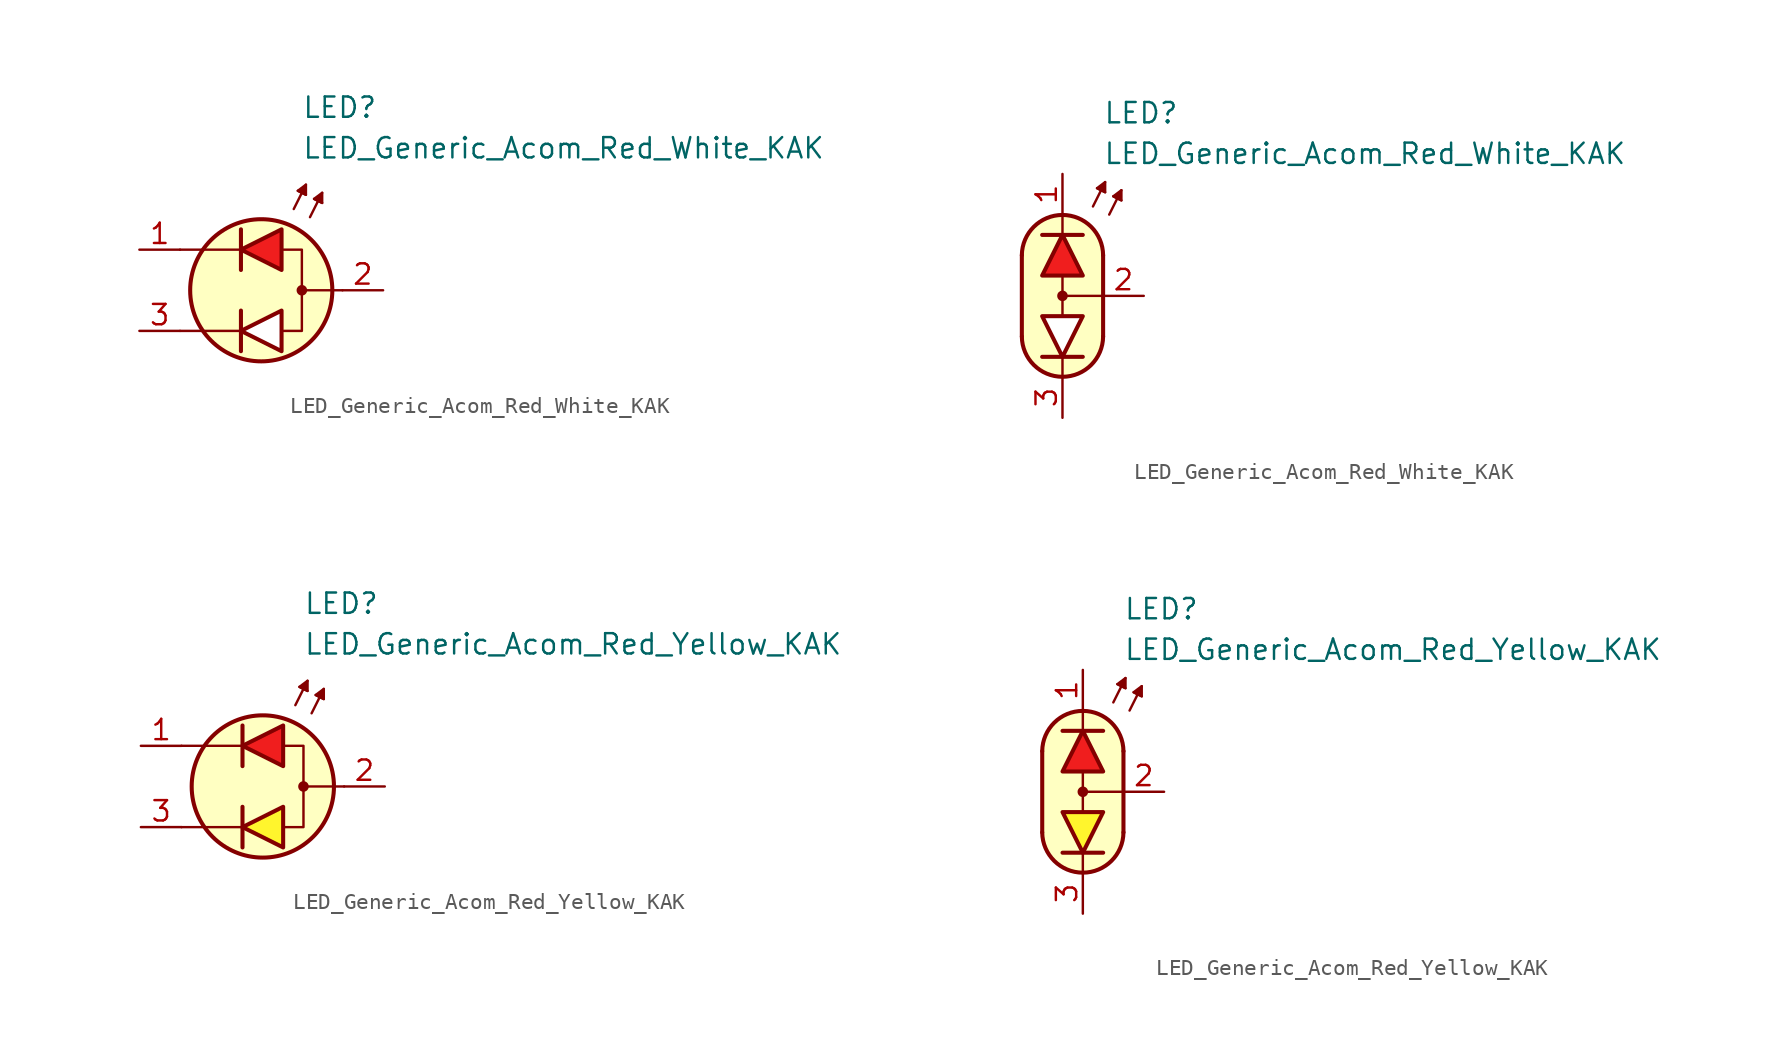
<source format=kicad_sym>
(kicad_symbol_lib
  (version 20231120)
  (generator "kicad_symbol_editor")
  (generator_version "8.0")
  (symbol "LED_Generic_Acom_Red_White_KAK"
    (pin_names
      (offset 1.016) hide)
    (property "Reference" "LED"
      (at 2.54 11.43 0)
      (effects (font (size 1.27 1.27)) (justify left)))
    (property "Value" "LED_Generic_Acom_Red_White_KAK"
      (at 2.54 8.89 0)
      (effects (font (size 1.27 1.27)) (justify left)))
    (symbol "LED_Generic_Acom_Red_White_KAK_0_1"
      (polyline (pts (xy -1.27 -3.81) (xy -1.27 -1.27)) (stroke (width 0.254) (type default)) (fill (type none)))
      (polyline (pts (xy -1.27 -2.54) (xy -5.08 -2.54)) (stroke (width 0.152) (type default)) (fill (type none)))
      (polyline (pts (xy -1.27 1.27) (xy -1.27 3.81)) (stroke (width 0.254) (type default)) (fill (type none)))
      (polyline (pts (xy -1.27 2.54) (xy -5.08 2.54)) (stroke (width 0.152) (type default)) (fill (type none)))
      (polyline (pts (xy 2.032 5.08) (xy 2.794 6.604)) (stroke (width 0.152) (type default)) (fill (type none)))
      (polyline (pts (xy 2.54 6.096) (xy 2.286 6.223)) (stroke (width 0.152) (type default)) (fill (type none)))
      (polyline (pts (xy 2.54 6.096) (xy 2.794 5.969)) (stroke (width 0.152) (type default)) (fill (type none)))
      (polyline (pts (xy 3.048 4.572) (xy 3.81 6.096)) (stroke (width 0.152) (type default)) (fill (type none)))
      (polyline (pts (xy 3.556 5.588) (xy 3.302 5.715)) (stroke (width 0.152) (type default)) (fill (type none)))
      (polyline (pts (xy 3.556 5.588) (xy 3.81 5.461)) (stroke (width 0.152) (type default)) (fill (type none)))
      (polyline (pts (xy 5.08 0) (xy 2.54 0)) (stroke (width 0.152) (type default)) (fill (type none)))
      (polyline (pts (xy 1.27 -3.81) (xy 1.27 -1.27) (xy -1.27 -2.54) (xy 1.27 -3.81)) (stroke (width 0.254) (type default)) (fill (type color) (color 255 255 255 1)))
      (polyline (pts (xy 1.27 1.27) (xy 1.27 3.81) (xy -1.27 2.54) (xy 1.27 1.27)) (stroke (width 0.254) (type default)) (fill (type color) (color 240 30 30 1)))
      (polyline (pts (xy 1.397 2.54) (xy 2.54 2.54) (xy 2.54 -2.54) (xy 1.397 -2.54)) (stroke (width 0.152) (type default)) (fill (type none)))
      (polyline (pts (xy 2.794 5.969) (xy 2.286 6.223) (xy 2.794 6.604) (xy 2.794 5.969)) (stroke (width 0.152) (type default)) (fill (type outline)))
      (polyline (pts (xy 3.81 5.461) (xy 3.302 5.715) (xy 3.81 6.096) (xy 3.81 5.461)) (stroke (width 0.152) (type default)) (fill (type outline)))
      (circle (center 0 0) (radius 4.445) (stroke (width 0.254) (type default)) (fill (type background)))
      (circle (center 2.54 0) (radius 0.254) (stroke (width 0) (type default)) (fill (type outline))))
    (symbol "LED_Generic_Acom_Red_White_KAK_0_2"
      (arc (start -2.54 -2.54) (mid 0 -5.0576) (end 2.54 -2.54) (stroke (width 0.254) (type default)) (fill (type none)))
      (polyline (pts (xy -2.54 2.54) (xy -2.54 -2.54)) (stroke (width 0.254) (type default)) (fill (type none)))
      (polyline (pts (xy -1.27 3.81) (xy 1.27 3.81)) (stroke (width 0.254) (type default)) (fill (type none)))
      (polyline (pts (xy 0 -5.08) (xy 0 -3.81)) (stroke (width 0) (type default)) (fill (type none)))
      (polyline (pts (xy 0 -1.27) (xy 0 1.27)) (stroke (width 0) (type default)) (fill (type none)))
      (polyline (pts (xy 0 5.08) (xy 0 3.81)) (stroke (width 0) (type default)) (fill (type none)))
      (polyline (pts (xy 1.27 -3.81) (xy -1.27 -3.81)) (stroke (width 0.254) (type default)) (fill (type none)))
      (polyline (pts (xy 1.905 5.588) (xy 2.667 7.112)) (stroke (width 0.152) (type default)) (fill (type none)))
      (polyline (pts (xy 2.413 6.604) (xy 2.159 6.731)) (stroke (width 0.152) (type default)) (fill (type none)))
      (polyline (pts (xy 2.413 6.604) (xy 2.667 6.477)) (stroke (width 0.152) (type default)) (fill (type none)))
      (polyline (pts (xy 2.54 -2.54) (xy 2.54 2.54)) (stroke (width 0.254) (type default)) (fill (type none)))
      (polyline (pts (xy 2.54 0) (xy 0 0)) (stroke (width 0) (type default)) (fill (type none)))
      (polyline (pts (xy 2.921 5.08) (xy 3.683 6.604)) (stroke (width 0.152) (type default)) (fill (type none)))
      (polyline (pts (xy 3.429 6.096) (xy 3.175 6.223)) (stroke (width 0.152) (type default)) (fill (type none)))
      (polyline (pts (xy 3.429 6.096) (xy 3.683 5.969)) (stroke (width 0.152) (type default)) (fill (type none)))
      (polyline (pts (xy 2.667 6.477) (xy 2.159 6.731) (xy 2.667 7.112) (xy 2.667 6.477)) (stroke (width 0.152) (type default)) (fill (type outline)))
      (polyline (pts (xy 3.683 5.969) (xy 3.175 6.223) (xy 3.683 6.604) (xy 3.683 5.969)) (stroke (width 0.152) (type default)) (fill (type outline)))
      (polyline (pts (xy 0 5.08) (xy 1.016 4.826) (xy 1.778 4.318) (xy 2.286 3.556) (xy 2.54 3.048) (xy 2.54 -2.794) (xy 2.286 -3.556) (xy 1.778 -4.318) (xy 1.016 -4.826) (xy 0.254 -5.08) (xy -0.254 -5.08) (xy -1.016 -4.826) (xy -1.524 -4.572) (xy -2.032 -4.064) (xy -2.286 -3.556) (xy -2.54 -2.794) (xy -2.54 2.794) (xy -2.286 3.556) (xy -2.032 4.064) (xy -1.524 4.572) (xy -1.016 4.826) (xy 0 5.08)) (stroke (width 0.01) (type default)) (fill (type background)))
      (circle (center 0 0) (radius 0.254) (stroke (width 0) (type default)) (fill (type outline)))
      (arc (start 2.54 2.54) (mid 0 5.0576) (end -2.54 2.54) (stroke (width 0.254) (type default)) (fill (type none))))
    (symbol "LED_Generic_Acom_Red_White_KAK_1_1"
      (pin passive line (at -7.62 2.54 0) (length 2.54) (name "A1" (effects (font (size 1.27 1.27)))) (number "1" (effects (font (size 1.27 1.27)))))
      (pin passive line (at 7.62 0 180) (length 2.54) (name "K" (effects (font (size 1.27 1.27)))) (number "2" (effects (font (size 1.27 1.27)))))
      (pin passive line (at -7.62 -2.54 0) (length 2.54) (name "A2" (effects (font (size 1.27 1.27)))) (number "3" (effects (font (size 1.27 1.27))))))
    (symbol "LED_Generic_Acom_Red_White_KAK_1_2"
      (polyline (pts (xy -1.27 1.27) (xy 1.27 1.27) (xy 0 3.81) (xy -1.27 1.27)) (stroke (width 0.254) (type default)) (fill (type color) (color 240 30 30 1)))
      (polyline (pts (xy 1.27 -1.27) (xy -1.27 -1.27) (xy 0 -3.81) (xy 1.27 -1.27)) (stroke (width 0.254) (type default)) (fill (type color) (color 255 255 255 1)))
      (pin passive line (at 0 7.62 270) (length 2.54) (name "A1" (effects (font (size 1.27 1.27)))) (number "1" (effects (font (size 1.27 1.27)))))
      (pin passive line (at 5.08 0 180) (length 2.54) (name "K" (effects (font (size 1.27 1.27)))) (number "2" (effects (font (size 1.27 1.27)))))
      (pin passive line (at 0 -7.62 90) (length 2.54) (name "A2" (effects (font (size 1.27 1.27)))) (number "3" (effects (font (size 1.27 1.27)))))))
  (symbol "LED_Generic_Acom_Red_Yellow_KAK"
    (pin_names
      (offset 1.016) hide)
    (property "Reference" "LED"
      (at 2.54 11.43 0)
      (effects (font (size 1.27 1.27)) (justify left)))
    (property "Value" "LED_Generic_Acom_Red_Yellow_KAK"
      (at 2.54 8.89 0)
      (effects (font (size 1.27 1.27)) (justify left)))
    (symbol "LED_Generic_Acom_Red_Yellow_KAK_0_1"
      (polyline (pts (xy -1.27 -3.81) (xy -1.27 -1.27)) (stroke (width 0.254) (type default)) (fill (type none)))
      (polyline (pts (xy -1.27 -2.54) (xy -5.08 -2.54)) (stroke (width 0.152) (type default)) (fill (type none)))
      (polyline (pts (xy -1.27 1.27) (xy -1.27 3.81)) (stroke (width 0.254) (type default)) (fill (type none)))
      (polyline (pts (xy -1.27 2.54) (xy -5.08 2.54)) (stroke (width 0.152) (type default)) (fill (type none)))
      (polyline (pts (xy 2.032 5.08) (xy 2.794 6.604)) (stroke (width 0.152) (type default)) (fill (type none)))
      (polyline (pts (xy 2.54 6.096) (xy 2.286 6.223)) (stroke (width 0.152) (type default)) (fill (type none)))
      (polyline (pts (xy 2.54 6.096) (xy 2.794 5.969)) (stroke (width 0.152) (type default)) (fill (type none)))
      (polyline (pts (xy 3.048 4.572) (xy 3.81 6.096)) (stroke (width 0.152) (type default)) (fill (type none)))
      (polyline (pts (xy 3.556 5.588) (xy 3.302 5.715)) (stroke (width 0.152) (type default)) (fill (type none)))
      (polyline (pts (xy 3.556 5.588) (xy 3.81 5.461)) (stroke (width 0.152) (type default)) (fill (type none)))
      (polyline (pts (xy 5.08 0) (xy 2.54 0)) (stroke (width 0.152) (type default)) (fill (type none)))
      (polyline (pts (xy 1.27 -3.81) (xy 1.27 -1.27) (xy -1.27 -2.54) (xy 1.27 -3.81)) (stroke (width 0.254) (type default)) (fill (type color) (color 255 245 45 1)))
      (polyline (pts (xy 1.27 1.27) (xy 1.27 3.81) (xy -1.27 2.54) (xy 1.27 1.27)) (stroke (width 0.254) (type default)) (fill (type color) (color 240 30 30 1)))
      (polyline (pts (xy 1.397 2.54) (xy 2.54 2.54) (xy 2.54 -2.54) (xy 1.397 -2.54)) (stroke (width 0.152) (type default)) (fill (type none)))
      (polyline (pts (xy 2.794 5.969) (xy 2.286 6.223) (xy 2.794 6.604) (xy 2.794 5.969)) (stroke (width 0.152) (type default)) (fill (type outline)))
      (polyline (pts (xy 3.81 5.461) (xy 3.302 5.715) (xy 3.81 6.096) (xy 3.81 5.461)) (stroke (width 0.152) (type default)) (fill (type outline)))
      (circle (center 0 0) (radius 4.445) (stroke (width 0.254) (type default)) (fill (type background)))
      (circle (center 2.54 0) (radius 0.254) (stroke (width 0) (type default)) (fill (type outline))))
    (symbol "LED_Generic_Acom_Red_Yellow_KAK_0_2"
      (arc (start -2.54 -2.54) (mid 0 -5.0576) (end 2.54 -2.54) (stroke (width 0.254) (type default)) (fill (type none)))
      (polyline (pts (xy -2.54 2.54) (xy -2.54 -2.54)) (stroke (width 0.254) (type default)) (fill (type none)))
      (polyline (pts (xy -1.27 3.81) (xy 1.27 3.81)) (stroke (width 0.254) (type default)) (fill (type none)))
      (polyline (pts (xy 0 -5.08) (xy 0 -3.81)) (stroke (width 0) (type default)) (fill (type none)))
      (polyline (pts (xy 0 -1.27) (xy 0 1.27)) (stroke (width 0) (type default)) (fill (type none)))
      (polyline (pts (xy 0 5.08) (xy 0 3.81)) (stroke (width 0) (type default)) (fill (type none)))
      (polyline (pts (xy 1.27 -3.81) (xy -1.27 -3.81)) (stroke (width 0.254) (type default)) (fill (type none)))
      (polyline (pts (xy 1.905 5.588) (xy 2.667 7.112)) (stroke (width 0.152) (type default)) (fill (type none)))
      (polyline (pts (xy 2.413 6.604) (xy 2.159 6.731)) (stroke (width 0.152) (type default)) (fill (type none)))
      (polyline (pts (xy 2.413 6.604) (xy 2.667 6.477)) (stroke (width 0.152) (type default)) (fill (type none)))
      (polyline (pts (xy 2.54 -2.54) (xy 2.54 2.54)) (stroke (width 0.254) (type default)) (fill (type none)))
      (polyline (pts (xy 2.54 0) (xy 0 0)) (stroke (width 0) (type default)) (fill (type none)))
      (polyline (pts (xy 2.921 5.08) (xy 3.683 6.604)) (stroke (width 0.152) (type default)) (fill (type none)))
      (polyline (pts (xy 3.429 6.096) (xy 3.175 6.223)) (stroke (width 0.152) (type default)) (fill (type none)))
      (polyline (pts (xy 3.429 6.096) (xy 3.683 5.969)) (stroke (width 0.152) (type default)) (fill (type none)))
      (polyline (pts (xy 2.667 6.477) (xy 2.159 6.731) (xy 2.667 7.112) (xy 2.667 6.477)) (stroke (width 0.152) (type default)) (fill (type outline)))
      (polyline (pts (xy 3.683 5.969) (xy 3.175 6.223) (xy 3.683 6.604) (xy 3.683 5.969)) (stroke (width 0.152) (type default)) (fill (type outline)))
      (polyline (pts (xy 0 5.08) (xy 1.016 4.826) (xy 1.778 4.318) (xy 2.286 3.556) (xy 2.54 3.048) (xy 2.54 -2.794) (xy 2.286 -3.556) (xy 1.778 -4.318) (xy 1.016 -4.826) (xy 0.254 -5.08) (xy -0.254 -5.08) (xy -1.016 -4.826) (xy -1.524 -4.572) (xy -2.032 -4.064) (xy -2.286 -3.556) (xy -2.54 -2.794) (xy -2.54 2.794) (xy -2.286 3.556) (xy -2.032 4.064) (xy -1.524 4.572) (xy -1.016 4.826) (xy 0 5.08)) (stroke (width 0.01) (type default)) (fill (type background)))
      (circle (center 0 0) (radius 0.254) (stroke (width 0) (type default)) (fill (type outline)))
      (arc (start 2.54 2.54) (mid 0 5.0576) (end -2.54 2.54) (stroke (width 0.254) (type default)) (fill (type none))))
    (symbol "LED_Generic_Acom_Red_Yellow_KAK_1_1"
      (pin passive line (at -7.62 2.54 0) (length 2.54) (name "A1" (effects (font (size 1.27 1.27)))) (number "1" (effects (font (size 1.27 1.27)))))
      (pin passive line (at 7.62 0 180) (length 2.54) (name "K" (effects (font (size 1.27 1.27)))) (number "2" (effects (font (size 1.27 1.27)))))
      (pin passive line (at -7.62 -2.54 0) (length 2.54) (name "A2" (effects (font (size 1.27 1.27)))) (number "3" (effects (font (size 1.27 1.27))))))
    (symbol "LED_Generic_Acom_Red_Yellow_KAK_1_2"
      (polyline (pts (xy -1.27 1.27) (xy 1.27 1.27) (xy 0 3.81) (xy -1.27 1.27)) (stroke (width 0.254) (type default)) (fill (type color) (color 240 30 30 1)))
      (polyline (pts (xy 1.27 -1.27) (xy -1.27 -1.27) (xy 0 -3.81) (xy 1.27 -1.27)) (stroke (width 0.254) (type default)) (fill (type color) (color 255 245 45 1)))
      (pin passive line (at 0 7.62 270) (length 2.54) (name "A1" (effects (font (size 1.27 1.27)))) (number "1" (effects (font (size 1.27 1.27)))))
      (pin passive line (at 5.08 0 180) (length 2.54) (name "K" (effects (font (size 1.27 1.27)))) (number "2" (effects (font (size 1.27 1.27)))))
      (pin passive line (at 0 -7.62 90) (length 2.54) (name "A2" (effects (font (size 1.27 1.27)))) (number "3" (effects (font (size 1.27 1.27))))))))
</source>
